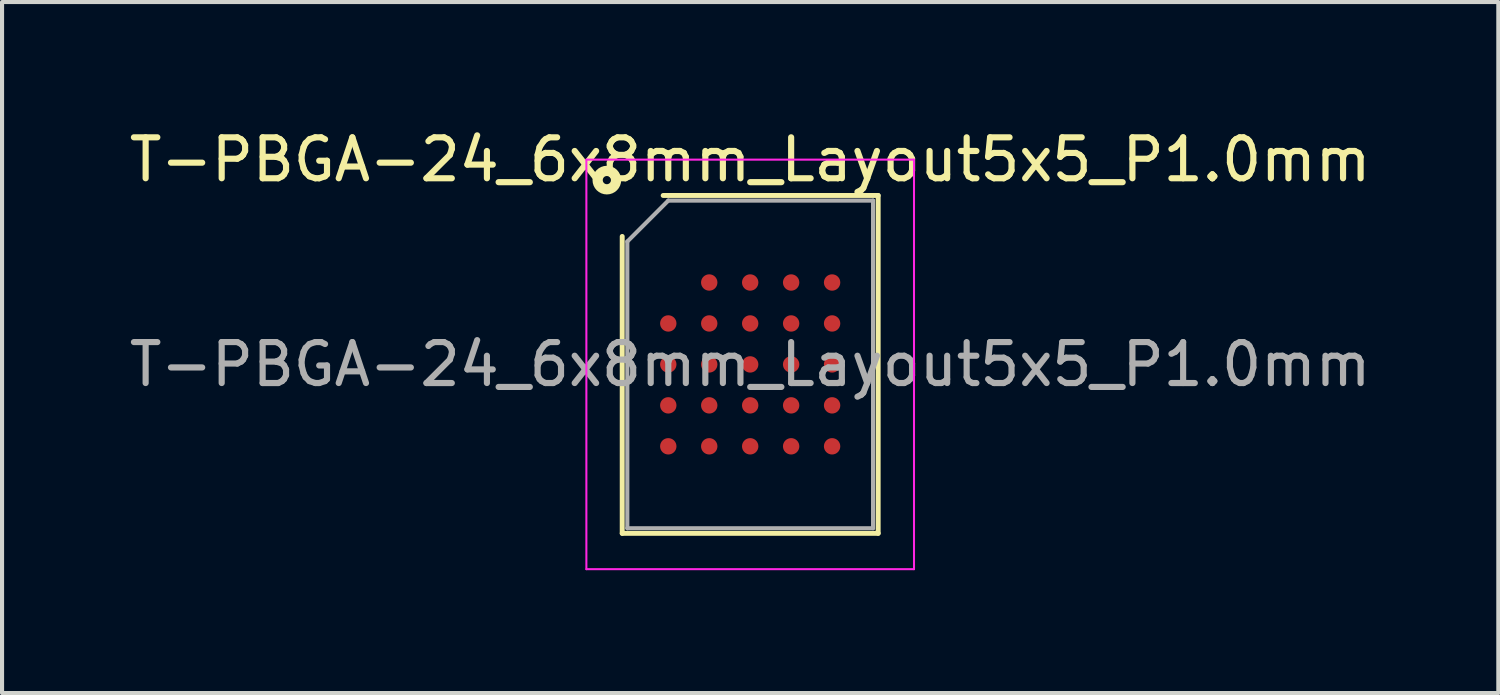
<source format=kicad_pcb>
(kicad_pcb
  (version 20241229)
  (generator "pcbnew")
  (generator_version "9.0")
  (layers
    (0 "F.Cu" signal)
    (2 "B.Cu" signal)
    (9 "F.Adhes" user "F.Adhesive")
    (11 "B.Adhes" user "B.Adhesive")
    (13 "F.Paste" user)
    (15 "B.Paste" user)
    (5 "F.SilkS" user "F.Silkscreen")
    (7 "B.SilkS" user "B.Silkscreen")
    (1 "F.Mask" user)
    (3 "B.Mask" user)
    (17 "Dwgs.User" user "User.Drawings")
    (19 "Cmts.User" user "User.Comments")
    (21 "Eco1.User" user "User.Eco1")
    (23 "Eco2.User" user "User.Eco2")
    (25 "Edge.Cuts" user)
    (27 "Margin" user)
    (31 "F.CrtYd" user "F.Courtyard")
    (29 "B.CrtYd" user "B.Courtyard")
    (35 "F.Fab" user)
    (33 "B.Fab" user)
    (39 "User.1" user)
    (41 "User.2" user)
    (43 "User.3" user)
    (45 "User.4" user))
  (footprint "T-PBGA-24_6x8mm_Layout5x5_P1.0mm"
    (layer "F.Cu")
    (at 15.268 5.848)
    (property "Reference" "T-PBGA-24_6x8mm_Layout5x5_P1.0mm" (at 0 -5 0) (layer "F.SilkS") (effects (font (size 1 1) (thickness 0.15))))
    (attr smd)
    (fp_line (start -3.125 4.125) (end -3.125 -3.125) (stroke (width 0.12) (type solid)) (layer "F.SilkS"))
    (fp_line (start -2.125 -4.125) (end 3.125 -4.125) (stroke (width 0.12) (type solid)) (layer "F.SilkS"))
    (fp_line (start 3.125 -4.125) (end 3.125 4.125) (stroke (width 0.12) (type solid)) (layer "F.SilkS"))
    (fp_line (start 3.125 4.125) (end -3.125 4.125) (stroke (width 0.12) (type solid)) (layer "F.SilkS"))
    (fp_circle (center -3.5 -4.5) (end -3.4 -4.5) (stroke (width 0.25) (type solid)) (fill no) (layer "F.SilkS"))
    (fp_line (start -4 -5) (end -4 5) (stroke (width 0.05) (type solid)) (layer "F.CrtYd"))
    (fp_line (start -4 5) (end 4 5) (stroke (width 0.05) (type solid)) (layer "F.CrtYd"))
    (fp_line (start 4 -5) (end -4 -5) (stroke (width 0.05) (type solid)) (layer "F.CrtYd"))
    (fp_line (start 4 5) (end 4 -5) (stroke (width 0.05) (type solid)) (layer "F.CrtYd"))
    (fp_line (start -3 -3) (end -2 -4) (stroke (width 0.1) (type solid)) (layer "F.Fab"))
    (fp_line (start -3 4) (end -3 -3) (stroke (width 0.1) (type solid)) (layer "F.Fab"))
    (fp_line (start -2 -4) (end 3 -4) (stroke (width 0.1) (type solid)) (layer "F.Fab"))
    (fp_line (start 3 -4) (end 3 4) (stroke (width 0.1) (type solid)) (layer "F.Fab"))
    (fp_line (start 3 4) (end -3 4) (stroke (width 0.1) (type solid)) (layer "F.Fab"))
    (fp_text user "${REFERENCE}" (at 0 0 0) (layer "F.Fab") (effects (font (size 1 1) (thickness 0.15))))
    (pad "A2" smd circle (at -1 -2) (size 0.4 0.4) (layers "F.Cu" "F.Mask" "F.Paste"))
    (pad "A3" smd circle (at 0 -2) (size 0.4 0.4) (layers "F.Cu" "F.Mask" "F.Paste"))
    (pad "A4" smd circle (at 1 -2) (size 0.4 0.4) (layers "F.Cu" "F.Mask" "F.Paste"))
    (pad "A5" smd circle (at 2 -2) (size 0.4 0.4) (layers "F.Cu" "F.Mask" "F.Paste"))
    (pad "B1" smd circle (at -2 -1) (size 0.4 0.4) (layers "F.Cu" "F.Mask" "F.Paste"))
    (pad "B2" smd circle (at -1 -1) (size 0.4 0.4) (layers "F.Cu" "F.Mask" "F.Paste"))
    (pad "B3" smd circle (at 0 -1) (size 0.4 0.4) (layers "F.Cu" "F.Mask" "F.Paste"))
    (pad "B4" smd circle (at 1 -1) (size 0.4 0.4) (layers "F.Cu" "F.Mask" "F.Paste"))
    (pad "B5" smd circle (at 2 -1) (size 0.4 0.4) (layers "F.Cu" "F.Mask" "F.Paste"))
    (pad "C1" smd circle (at -2 0) (size 0.4 0.4) (layers "F.Cu" "F.Mask" "F.Paste"))
    (pad "C2" smd circle (at -1 0) (size 0.4 0.4) (layers "F.Cu" "F.Mask" "F.Paste"))
    (pad "C3" smd circle (at 0 0) (size 0.4 0.4) (layers "F.Cu" "F.Mask" "F.Paste"))
    (pad "C4" smd circle (at 1 0) (size 0.4 0.4) (layers "F.Cu" "F.Mask" "F.Paste"))
    (pad "C5" smd circle (at 2 0) (size 0.4 0.4) (layers "F.Cu" "F.Mask" "F.Paste"))
    (pad "D1" smd circle (at -2 1) (size 0.4 0.4) (layers "F.Cu" "F.Mask" "F.Paste"))
    (pad "D2" smd circle (at -1 1) (size 0.4 0.4) (layers "F.Cu" "F.Mask" "F.Paste"))
    (pad "D3" smd circle (at 0 1) (size 0.4 0.4) (layers "F.Cu" "F.Mask" "F.Paste"))
    (pad "D4" smd circle (at 1 1) (size 0.4 0.4) (layers "F.Cu" "F.Mask" "F.Paste"))
    (pad "D5" smd circle (at 2 1) (size 0.4 0.4) (layers "F.Cu" "F.Mask" "F.Paste"))
    (pad "E1" smd circle (at -2 2) (size 0.4 0.4) (layers "F.Cu" "F.Mask" "F.Paste"))
    (pad "E2" smd circle (at -1 2) (size 0.4 0.4) (layers "F.Cu" "F.Mask" "F.Paste"))
    (pad "E3" smd circle (at 0 2) (size 0.4 0.4) (layers "F.Cu" "F.Mask" "F.Paste"))
    (pad "E4" smd circle (at 1 2) (size 0.4 0.4) (layers "F.Cu" "F.Mask" "F.Paste"))
    (pad "E5" smd circle (at 2 2) (size 0.4 0.4) (layers "F.Cu" "F.Mask" "F.Paste")))
  (gr_rect
    (start -3 -3)
    (end 33.536 13.873)
    (stroke (width 0.1) (type default))
    (fill no)
    (layer "Edge.Cuts")))
</source>
